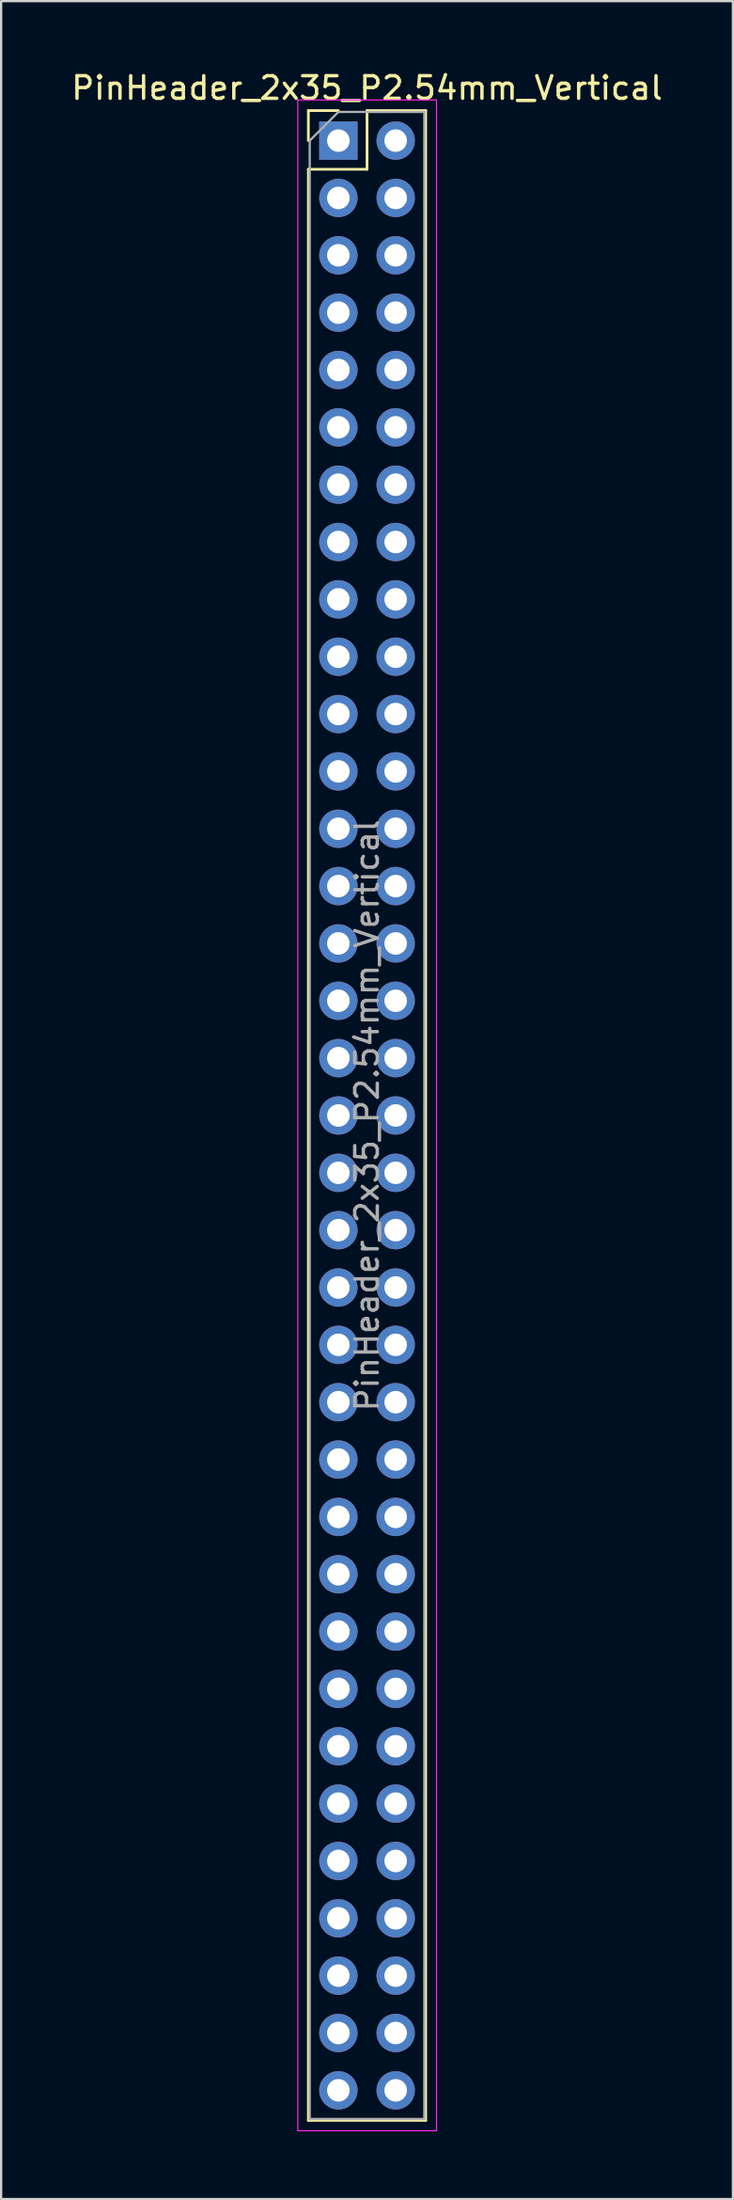
<source format=kicad_pcb>
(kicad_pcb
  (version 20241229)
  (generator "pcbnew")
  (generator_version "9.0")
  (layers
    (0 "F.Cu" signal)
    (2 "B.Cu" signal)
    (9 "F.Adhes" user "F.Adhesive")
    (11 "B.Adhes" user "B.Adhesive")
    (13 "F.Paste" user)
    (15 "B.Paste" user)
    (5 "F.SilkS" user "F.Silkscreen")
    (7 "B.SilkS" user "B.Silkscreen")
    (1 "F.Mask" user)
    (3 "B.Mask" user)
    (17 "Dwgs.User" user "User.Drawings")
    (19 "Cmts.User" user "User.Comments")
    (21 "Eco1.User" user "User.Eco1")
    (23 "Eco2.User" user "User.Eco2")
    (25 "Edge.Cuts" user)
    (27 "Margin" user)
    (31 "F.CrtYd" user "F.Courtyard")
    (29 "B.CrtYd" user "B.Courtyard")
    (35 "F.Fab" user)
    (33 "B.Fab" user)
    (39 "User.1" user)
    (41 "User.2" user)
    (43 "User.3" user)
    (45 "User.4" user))
  (footprint "PinHeader_2x35_P2.54mm_Vertical"
    (layer "F.Cu")
    (at 11.95 3.178)
    (property "Reference" "PinHeader_2x35_P2.54mm_Vertical" (at 1.27 -2.33 0) (layer "F.SilkS") (effects (font (size 1 1) (thickness 0.15))))
    (attr through_hole)
    (fp_line (start -1.33 -1.33) (end 0 -1.33) (stroke (width 0.12) (type solid)) (layer "F.SilkS"))
    (fp_line (start -1.33 0) (end -1.33 -1.33) (stroke (width 0.12) (type solid)) (layer "F.SilkS"))
    (fp_line (start -1.33 1.27) (end -1.33 87.69) (stroke (width 0.12) (type solid)) (layer "F.SilkS"))
    (fp_line (start -1.33 1.27) (end 1.27 1.27) (stroke (width 0.12) (type solid)) (layer "F.SilkS"))
    (fp_line (start -1.33 87.69) (end 3.87 87.69) (stroke (width 0.12) (type solid)) (layer "F.SilkS"))
    (fp_line (start 1.27 -1.33) (end 3.87 -1.33) (stroke (width 0.12) (type solid)) (layer "F.SilkS"))
    (fp_line (start 1.27 1.27) (end 1.27 -1.33) (stroke (width 0.12) (type solid)) (layer "F.SilkS"))
    (fp_line (start 3.87 -1.33) (end 3.87 87.69) (stroke (width 0.12) (type solid)) (layer "F.SilkS"))
    (fp_line (start -1.8 -1.8) (end -1.8 88.15) (stroke (width 0.05) (type solid)) (layer "F.CrtYd"))
    (fp_line (start -1.8 88.15) (end 4.35 88.15) (stroke (width 0.05) (type solid)) (layer "F.CrtYd"))
    (fp_line (start 4.35 -1.8) (end -1.8 -1.8) (stroke (width 0.05) (type solid)) (layer "F.CrtYd"))
    (fp_line (start 4.35 88.15) (end 4.35 -1.8) (stroke (width 0.05) (type solid)) (layer "F.CrtYd"))
    (fp_line (start -1.27 0) (end 0 -1.27) (stroke (width 0.1) (type solid)) (layer "F.Fab"))
    (fp_line (start -1.27 87.63) (end -1.27 0) (stroke (width 0.1) (type solid)) (layer "F.Fab"))
    (fp_line (start 0 -1.27) (end 3.81 -1.27) (stroke (width 0.1) (type solid)) (layer "F.Fab"))
    (fp_line (start 3.81 -1.27) (end 3.81 87.63) (stroke (width 0.1) (type solid)) (layer "F.Fab"))
    (fp_line (start 3.81 87.63) (end -1.27 87.63) (stroke (width 0.1) (type solid)) (layer "F.Fab"))
    (fp_text user "${REFERENCE}" (at 1.27 43.18 90) (layer "F.Fab") (effects (font (size 1 1) (thickness 0.15))))
    (pad "1" thru_hole rect (at 0 0) (size 1.7 1.7) (drill 1) (layers "*.Cu" "*.Mask"))
    (pad "2" thru_hole oval (at 2.54 0) (size 1.7 1.7) (drill 1) (layers "*.Cu" "*.Mask"))
    (pad "3" thru_hole oval (at 0 2.54) (size 1.7 1.7) (drill 1) (layers "*.Cu" "*.Mask"))
    (pad "4" thru_hole oval (at 2.54 2.54) (size 1.7 1.7) (drill 1) (layers "*.Cu" "*.Mask"))
    (pad "5" thru_hole oval (at 0 5.08) (size 1.7 1.7) (drill 1) (layers "*.Cu" "*.Mask"))
    (pad "6" thru_hole oval (at 2.54 5.08) (size 1.7 1.7) (drill 1) (layers "*.Cu" "*.Mask"))
    (pad "7" thru_hole oval (at 0 7.62) (size 1.7 1.7) (drill 1) (layers "*.Cu" "*.Mask"))
    (pad "8" thru_hole oval (at 2.54 7.62) (size 1.7 1.7) (drill 1) (layers "*.Cu" "*.Mask"))
    (pad "9" thru_hole oval (at 0 10.16) (size 1.7 1.7) (drill 1) (layers "*.Cu" "*.Mask"))
    (pad "10" thru_hole oval (at 2.54 10.16) (size 1.7 1.7) (drill 1) (layers "*.Cu" "*.Mask"))
    (pad "11" thru_hole oval (at 0 12.7) (size 1.7 1.7) (drill 1) (layers "*.Cu" "*.Mask"))
    (pad "12" thru_hole oval (at 2.54 12.7) (size 1.7 1.7) (drill 1) (layers "*.Cu" "*.Mask"))
    (pad "13" thru_hole oval (at 0 15.24) (size 1.7 1.7) (drill 1) (layers "*.Cu" "*.Mask"))
    (pad "14" thru_hole oval (at 2.54 15.24) (size 1.7 1.7) (drill 1) (layers "*.Cu" "*.Mask"))
    (pad "15" thru_hole oval (at 0 17.78) (size 1.7 1.7) (drill 1) (layers "*.Cu" "*.Mask"))
    (pad "16" thru_hole oval (at 2.54 17.78) (size 1.7 1.7) (drill 1) (layers "*.Cu" "*.Mask"))
    (pad "17" thru_hole oval (at 0 20.32) (size 1.7 1.7) (drill 1) (layers "*.Cu" "*.Mask"))
    (pad "18" thru_hole oval (at 2.54 20.32) (size 1.7 1.7) (drill 1) (layers "*.Cu" "*.Mask"))
    (pad "19" thru_hole oval (at 0 22.86) (size 1.7 1.7) (drill 1) (layers "*.Cu" "*.Mask"))
    (pad "20" thru_hole oval (at 2.54 22.86) (size 1.7 1.7) (drill 1) (layers "*.Cu" "*.Mask"))
    (pad "21" thru_hole oval (at 0 25.4) (size 1.7 1.7) (drill 1) (layers "*.Cu" "*.Mask"))
    (pad "22" thru_hole oval (at 2.54 25.4) (size 1.7 1.7) (drill 1) (layers "*.Cu" "*.Mask"))
    (pad "23" thru_hole oval (at 0 27.94) (size 1.7 1.7) (drill 1) (layers "*.Cu" "*.Mask"))
    (pad "24" thru_hole oval (at 2.54 27.94) (size 1.7 1.7) (drill 1) (layers "*.Cu" "*.Mask"))
    (pad "25" thru_hole oval (at 0 30.48) (size 1.7 1.7) (drill 1) (layers "*.Cu" "*.Mask"))
    (pad "26" thru_hole oval (at 2.54 30.48) (size 1.7 1.7) (drill 1) (layers "*.Cu" "*.Mask"))
    (pad "27" thru_hole oval (at 0 33.02) (size 1.7 1.7) (drill 1) (layers "*.Cu" "*.Mask"))
    (pad "28" thru_hole oval (at 2.54 33.02) (size 1.7 1.7) (drill 1) (layers "*.Cu" "*.Mask"))
    (pad "29" thru_hole oval (at 0 35.56) (size 1.7 1.7) (drill 1) (layers "*.Cu" "*.Mask"))
    (pad "30" thru_hole oval (at 2.54 35.56) (size 1.7 1.7) (drill 1) (layers "*.Cu" "*.Mask"))
    (pad "31" thru_hole oval (at 0 38.1) (size 1.7 1.7) (drill 1) (layers "*.Cu" "*.Mask"))
    (pad "32" thru_hole oval (at 2.54 38.1) (size 1.7 1.7) (drill 1) (layers "*.Cu" "*.Mask"))
    (pad "33" thru_hole oval (at 0 40.64) (size 1.7 1.7) (drill 1) (layers "*.Cu" "*.Mask"))
    (pad "34" thru_hole oval (at 2.54 40.64) (size 1.7 1.7) (drill 1) (layers "*.Cu" "*.Mask"))
    (pad "35" thru_hole oval (at 0 43.18) (size 1.7 1.7) (drill 1) (layers "*.Cu" "*.Mask"))
    (pad "36" thru_hole oval (at 2.54 43.18) (size 1.7 1.7) (drill 1) (layers "*.Cu" "*.Mask"))
    (pad "37" thru_hole oval (at 0 45.72) (size 1.7 1.7) (drill 1) (layers "*.Cu" "*.Mask"))
    (pad "38" thru_hole oval (at 2.54 45.72) (size 1.7 1.7) (drill 1) (layers "*.Cu" "*.Mask"))
    (pad "39" thru_hole oval (at 0 48.26) (size 1.7 1.7) (drill 1) (layers "*.Cu" "*.Mask"))
    (pad "40" thru_hole oval (at 2.54 48.26) (size 1.7 1.7) (drill 1) (layers "*.Cu" "*.Mask"))
    (pad "41" thru_hole oval (at 0 50.8) (size 1.7 1.7) (drill 1) (layers "*.Cu" "*.Mask"))
    (pad "42" thru_hole oval (at 2.54 50.8) (size 1.7 1.7) (drill 1) (layers "*.Cu" "*.Mask"))
    (pad "43" thru_hole oval (at 0 53.34) (size 1.7 1.7) (drill 1) (layers "*.Cu" "*.Mask"))
    (pad "44" thru_hole oval (at 2.54 53.34) (size 1.7 1.7) (drill 1) (layers "*.Cu" "*.Mask"))
    (pad "45" thru_hole oval (at 0 55.88) (size 1.7 1.7) (drill 1) (layers "*.Cu" "*.Mask"))
    (pad "46" thru_hole oval (at 2.54 55.88) (size 1.7 1.7) (drill 1) (layers "*.Cu" "*.Mask"))
    (pad "47" thru_hole oval (at 0 58.42) (size 1.7 1.7) (drill 1) (layers "*.Cu" "*.Mask"))
    (pad "48" thru_hole oval (at 2.54 58.42) (size 1.7 1.7) (drill 1) (layers "*.Cu" "*.Mask"))
    (pad "49" thru_hole oval (at 0 60.96) (size 1.7 1.7) (drill 1) (layers "*.Cu" "*.Mask"))
    (pad "50" thru_hole oval (at 2.54 60.96) (size 1.7 1.7) (drill 1) (layers "*.Cu" "*.Mask"))
    (pad "51" thru_hole oval (at 0 63.5) (size 1.7 1.7) (drill 1) (layers "*.Cu" "*.Mask"))
    (pad "52" thru_hole oval (at 2.54 63.5) (size 1.7 1.7) (drill 1) (layers "*.Cu" "*.Mask"))
    (pad "53" thru_hole oval (at 0 66.04) (size 1.7 1.7) (drill 1) (layers "*.Cu" "*.Mask"))
    (pad "54" thru_hole oval (at 2.54 66.04) (size 1.7 1.7) (drill 1) (layers "*.Cu" "*.Mask"))
    (pad "55" thru_hole oval (at 0 68.58) (size 1.7 1.7) (drill 1) (layers "*.Cu" "*.Mask"))
    (pad "56" thru_hole oval (at 2.54 68.58) (size 1.7 1.7) (drill 1) (layers "*.Cu" "*.Mask"))
    (pad "57" thru_hole oval (at 0 71.12) (size 1.7 1.7) (drill 1) (layers "*.Cu" "*.Mask"))
    (pad "58" thru_hole oval (at 2.54 71.12) (size 1.7 1.7) (drill 1) (layers "*.Cu" "*.Mask"))
    (pad "59" thru_hole oval (at 0 73.66) (size 1.7 1.7) (drill 1) (layers "*.Cu" "*.Mask"))
    (pad "60" thru_hole oval (at 2.54 73.66) (size 1.7 1.7) (drill 1) (layers "*.Cu" "*.Mask"))
    (pad "61" thru_hole oval (at 0 76.2) (size 1.7 1.7) (drill 1) (layers "*.Cu" "*.Mask"))
    (pad "62" thru_hole oval (at 2.54 76.2) (size 1.7 1.7) (drill 1) (layers "*.Cu" "*.Mask"))
    (pad "63" thru_hole oval (at 0 78.74) (size 1.7 1.7) (drill 1) (layers "*.Cu" "*.Mask"))
    (pad "64" thru_hole oval (at 2.54 78.74) (size 1.7 1.7) (drill 1) (layers "*.Cu" "*.Mask"))
    (pad "65" thru_hole oval (at 0 81.28) (size 1.7 1.7) (drill 1) (layers "*.Cu" "*.Mask"))
    (pad "66" thru_hole oval (at 2.54 81.28) (size 1.7 1.7) (drill 1) (layers "*.Cu" "*.Mask"))
    (pad "67" thru_hole oval (at 0 83.82) (size 1.7 1.7) (drill 1) (layers "*.Cu" "*.Mask"))
    (pad "68" thru_hole oval (at 2.54 83.82) (size 1.7 1.7) (drill 1) (layers "*.Cu" "*.Mask"))
    (pad "69" thru_hole oval (at 0 86.36) (size 1.7 1.7) (drill 1) (layers "*.Cu" "*.Mask"))
    (pad "70" thru_hole oval (at 2.54 86.36) (size 1.7 1.7) (drill 1) (layers "*.Cu" "*.Mask")))
  (gr_rect
    (start -3 -3)
    (end 29.44 94.353)
    (stroke (width 0.1) (type default))
    (fill no)
    (layer "Edge.Cuts")))
</source>
